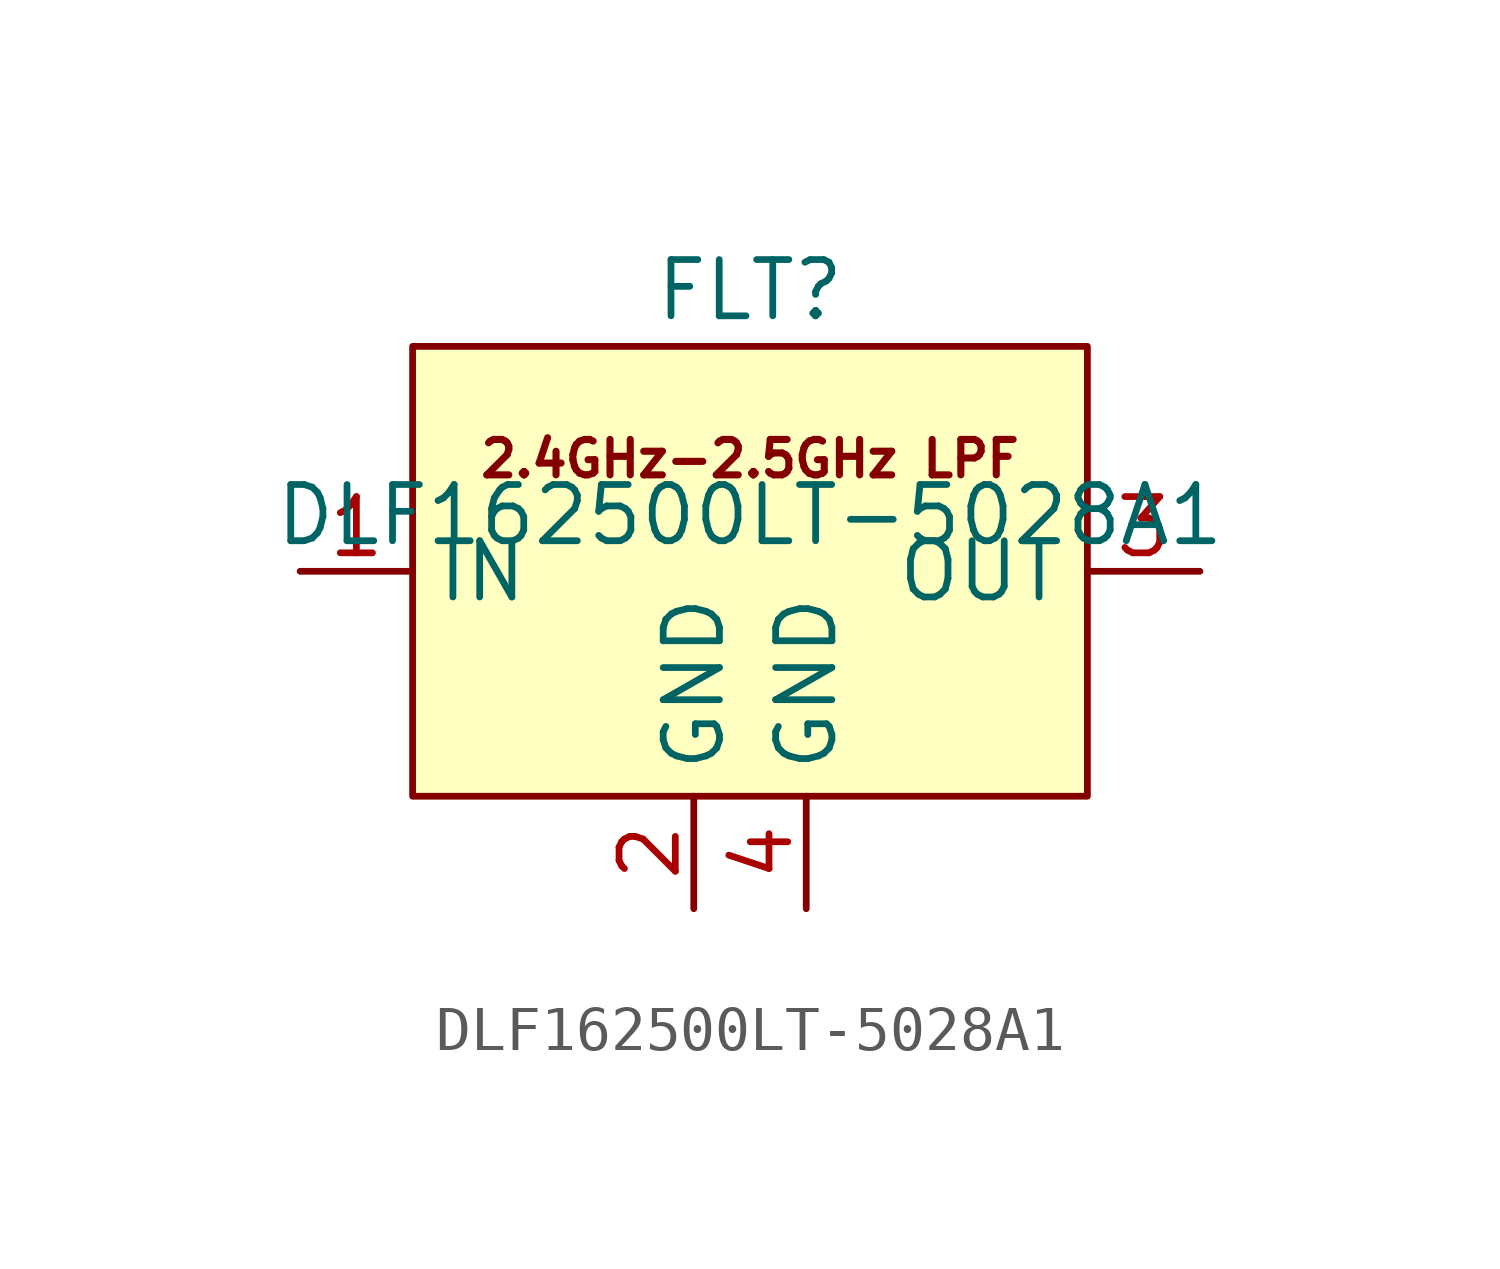
<source format=kicad_sym>
(kicad_symbol_lib
  (version 20220914)
  (generator kicad_symbol_editor)
  (symbol "DLF162500LT-5028A1"
    (property "Reference" "FLT"
      (at 0 6.35 0)
      (effects (font (size 1.27 1.27))))
    (property "Value" "DLF162500LT-5028A1"
      (at 0 1.27 0)
      (effects (font (size 1.27 1.27))))
    (symbol "DLF162500LT-5028A1_0_0"
      (pin passive line (at -10.16 0 0) (length 2.54) (name "IN" (effects (font (size 1.27 1.27)))) (number "1" (effects (font (size 1.27 1.27)))))
      (pin passive line (at -1.27 -7.62 90) (length 2.54) (name "GND" (effects (font (size 1.27 1.27)))) (number "2" (effects (font (size 1.27 1.27)))))
      (pin passive line (at 10.16 0 180) (length 2.54) (name "OUT" (effects (font (size 1.27 1.27)))) (number "3" (effects (font (size 1.27 1.27)))))
      (pin passive line (at 1.27 -7.62 90) (length 2.54) (name "GND" (effects (font (size 1.27 1.27)))) (number "4" (effects (font (size 1.27 1.27))))))
    (symbol "DLF162500LT-5028A1_1_1"
      (rectangle (start -7.62 5.08) (end 7.62 -5.08) (stroke (width 0) (type default)) (fill (type background)))
      (text "2.4GHz-2.5GHz LPF" (at 0 2.54 0) (effects (font (size 0.8 0.8) bold))))))
</source>
